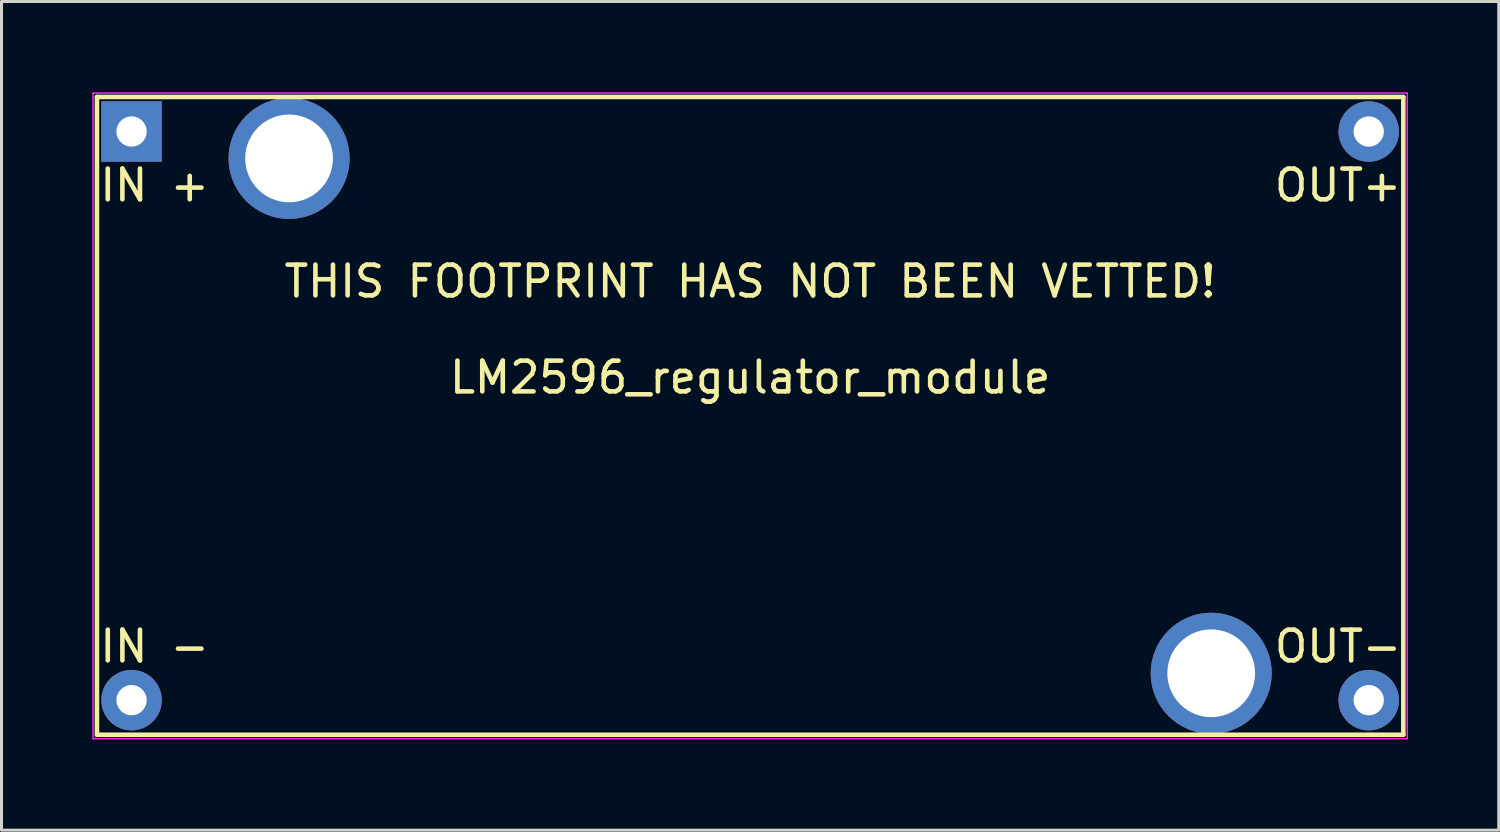
<source format=kicad_pcb>
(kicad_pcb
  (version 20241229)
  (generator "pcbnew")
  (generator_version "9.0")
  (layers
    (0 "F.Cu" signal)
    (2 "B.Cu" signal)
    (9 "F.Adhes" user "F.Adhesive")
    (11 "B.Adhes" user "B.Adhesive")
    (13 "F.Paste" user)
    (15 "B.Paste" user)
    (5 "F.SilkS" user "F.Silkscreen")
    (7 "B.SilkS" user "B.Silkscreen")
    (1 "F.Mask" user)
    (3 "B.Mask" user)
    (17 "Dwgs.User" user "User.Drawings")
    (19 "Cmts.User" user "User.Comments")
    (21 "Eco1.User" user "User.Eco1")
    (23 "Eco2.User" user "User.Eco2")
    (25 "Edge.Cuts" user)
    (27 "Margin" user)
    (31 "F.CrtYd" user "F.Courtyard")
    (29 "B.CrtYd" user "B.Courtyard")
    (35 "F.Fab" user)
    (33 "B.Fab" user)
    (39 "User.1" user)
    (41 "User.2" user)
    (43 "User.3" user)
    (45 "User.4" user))
  (footprint "LM2596_regulator_module"
    (layer "F.Cu")
    (at 21.745 10.695)
    (property "Reference" "LM2596_regulator_module" (at 0 -1.27 180) (layer "F.SilkS") (effects (font (size 1.016 1.016) (thickness 0.152))))
    (attr through_hole)
    (fp_line (start -21.59 10.54) (end -21.59 -10.54) (stroke (width 0.15) (type solid)) (layer "F.SilkS"))
    (fp_line (start 21.59 -10.54) (end -21.59 -10.54) (stroke (width 0.15) (type solid)) (layer "F.SilkS"))
    (fp_line (start 21.59 10.54) (end -21.59 10.54) (stroke (width 0.15) (type solid)) (layer "F.SilkS"))
    (fp_line (start 21.59 10.54) (end 21.59 -10.54) (stroke (width 0.15) (type solid)) (layer "F.SilkS"))
    (fp_line (start -21.72 -10.67) (end -21.72 10.67) (stroke (width 0.05) (type solid)) (layer "F.CrtYd"))
    (fp_line (start -21.72 -10.67) (end 21.72 -10.67) (stroke (width 0.05) (type solid)) (layer "F.CrtYd"))
    (fp_line (start -21.72 10.67) (end 21.72 10.67) (stroke (width 0.05) (type solid)) (layer "F.CrtYd"))
    (fp_line (start 21.72 -10.67) (end 21.72 10.67) (stroke (width 0.05) (type solid)) (layer "F.CrtYd"))
    (fp_text user "IN -" (at -19.685 7.62 0) (layer "F.SilkS") (effects (font (size 1.016 1.016) (thickness 0.152))))
    (fp_text user "OUT+" (at 19.431 -7.62 0) (layer "F.SilkS") (effects (font (size 1.016 1.016) (thickness 0.152))))
    (fp_text user "IN +" (at -19.685 -7.62 0) (layer "F.SilkS") (effects (font (size 1.016 1.016) (thickness 0.152))))
    (fp_text user "OUT-" (at 19.431 7.62 0) (layer "F.SilkS") (effects (font (size 1.016 1.016) (thickness 0.152))))
    (fp_text user "THIS FOOTPRINT HAS NOT BEEN VETTED!" (at 0 -4.445 0) (layer "F.SilkS") (effects (font (size 1.016 1.016) (thickness 0.152))))
    (pad "" thru_hole circle (at -15.24 -8.509) (size 4 4) (drill 2.9) (layers "*.Cu" "*.Mask"))
    (pad "" thru_hole circle (at 15.24 8.509) (size 4 4) (drill 2.9) (layers "*.Cu" "*.Mask"))
    (pad "1" thru_hole rect (at -20.447 -9.398) (size 2 2) (drill 1) (layers "*.Cu" "*.Mask"))
    (pad "2" thru_hole circle (at -20.447 9.398) (size 2 2) (drill 1) (layers "*.Cu" "*.Mask"))
    (pad "3" thru_hole circle (at 20.447 9.398) (size 2 2) (drill 1) (layers "*.Cu" "*.Mask"))
    (pad "4" thru_hole circle (at 20.447 -9.398) (size 2 2) (drill 1) (layers "*.Cu" "*.Mask")))
  (gr_rect
    (start -3 -3)
    (end 46.49 24.39)
    (stroke (width 0.1) (type default))
    (fill no)
    (layer "Edge.Cuts")))
</source>
